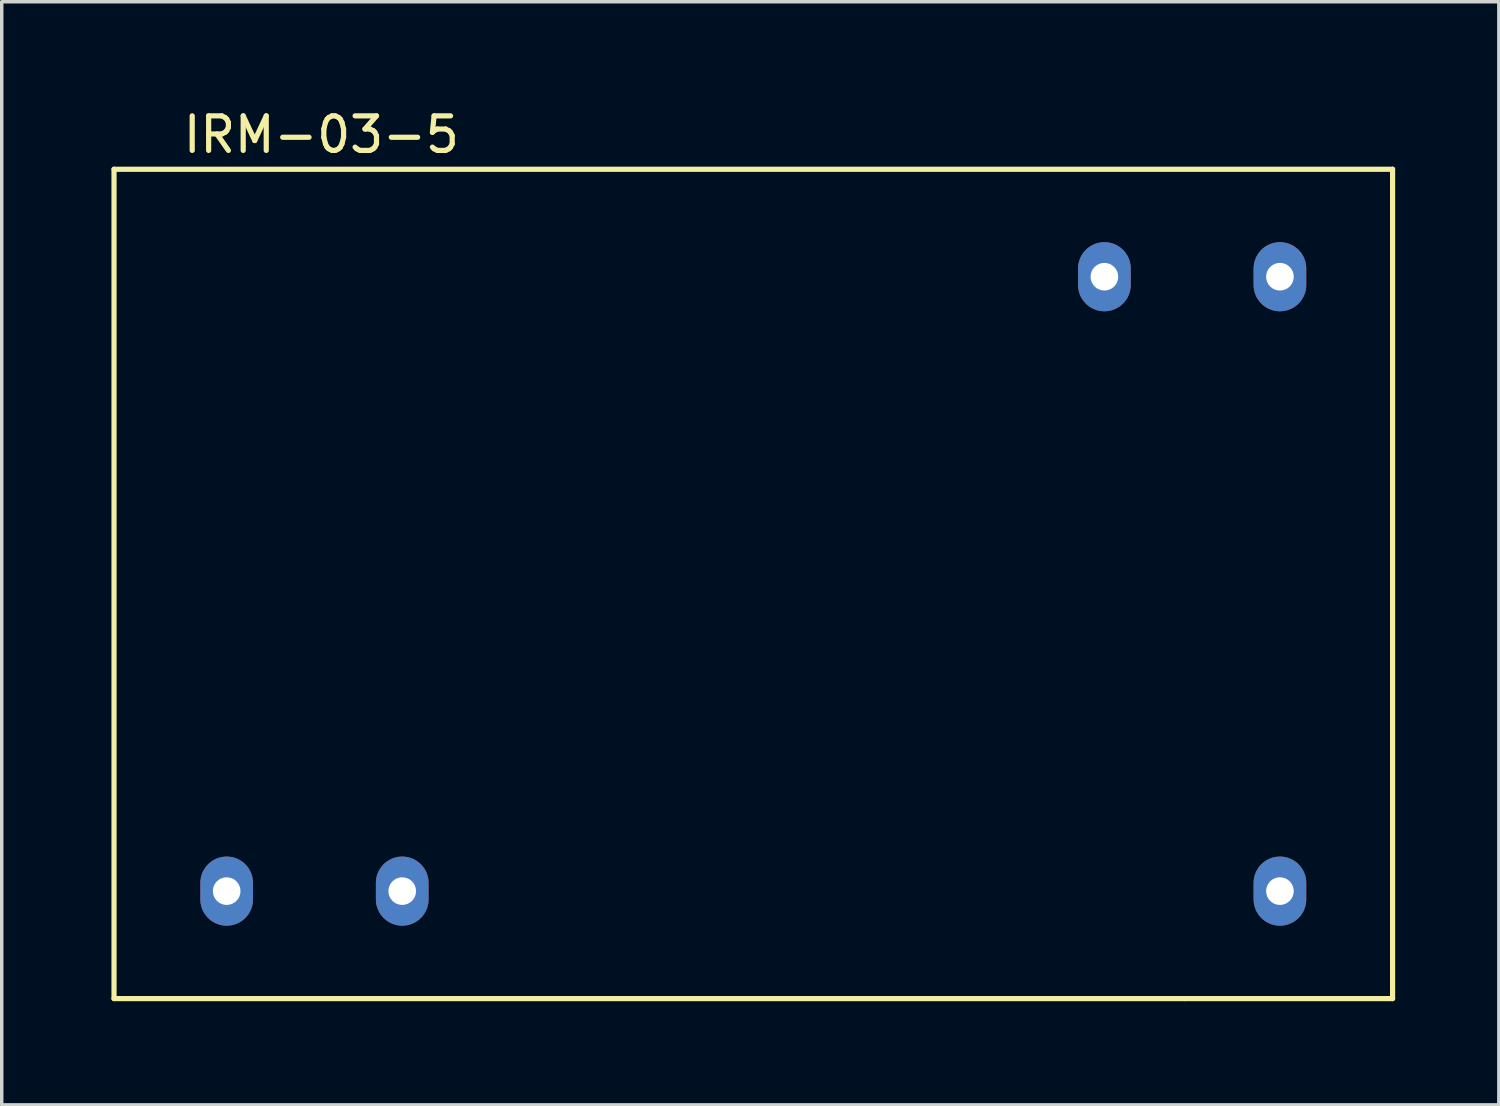
<source format=kicad_pcb>
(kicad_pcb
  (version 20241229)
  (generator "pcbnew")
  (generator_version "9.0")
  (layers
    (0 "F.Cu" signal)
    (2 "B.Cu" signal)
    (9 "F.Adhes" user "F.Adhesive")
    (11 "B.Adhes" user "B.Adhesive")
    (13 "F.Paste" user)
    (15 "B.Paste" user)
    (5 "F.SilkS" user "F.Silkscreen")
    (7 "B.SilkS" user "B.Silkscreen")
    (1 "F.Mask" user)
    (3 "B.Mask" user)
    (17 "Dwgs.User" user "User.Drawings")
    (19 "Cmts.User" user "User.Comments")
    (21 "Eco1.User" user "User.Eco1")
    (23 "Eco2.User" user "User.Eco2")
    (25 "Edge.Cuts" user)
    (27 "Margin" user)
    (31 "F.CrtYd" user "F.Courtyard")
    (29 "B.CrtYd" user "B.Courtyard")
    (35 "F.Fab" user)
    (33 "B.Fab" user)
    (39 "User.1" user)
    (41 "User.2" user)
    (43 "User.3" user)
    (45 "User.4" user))
  (footprint "IRM-03-5"
    (layer "F.Cu")
    (at 0.25 1.848)
    (property "Reference" "IRM-03-5" (at 6 -1 0) (layer "F.SilkS") (effects (font (size 1 1) (thickness 0.15))))
    (attr through_hole)
    (fp_line (start 0 0) (end 37 0) (stroke (width 0.15) (type solid)) (layer "F.SilkS"))
    (fp_line (start 0 24) (end 0 0) (stroke (width 0.15) (type solid)) (layer "F.SilkS"))
    (fp_line (start 31 24) (end 0 24) (stroke (width 0.15) (type solid)) (layer "F.SilkS"))
    (fp_line (start 37 0) (end 37 24) (stroke (width 0.15) (type solid)) (layer "F.SilkS"))
    (fp_line (start 37 24) (end 31 24) (stroke (width 0.15) (type solid)) (layer "F.SilkS"))
    (pad "0" thru_hole oval (at 33.74 20.89) (size 1.524 2) (drill 0.8) (layers "*.Cu" "*.Mask"))
    (pad "1" thru_hole oval (at 3.26 20.89) (size 1.524 2) (drill 0.8) (layers "*.Cu" "*.Mask"))
    (pad "3" thru_hole oval (at 8.34 20.89) (size 1.524 2) (drill 0.8) (layers "*.Cu" "*.Mask"))
    (pad "14" thru_hole oval (at 33.74 3.11) (size 1.524 2) (drill 0.8) (layers "*.Cu" "*.Mask"))
    (pad "16" thru_hole oval (at 28.66 3.11) (size 1.524 2) (drill 0.8) (layers "*.Cu" "*.Mask")))
  (gr_rect
    (start -3 -3)
    (end 40.325 28.923)
    (stroke (width 0.1) (type default))
    (fill no)
    (layer "Edge.Cuts")))
</source>
